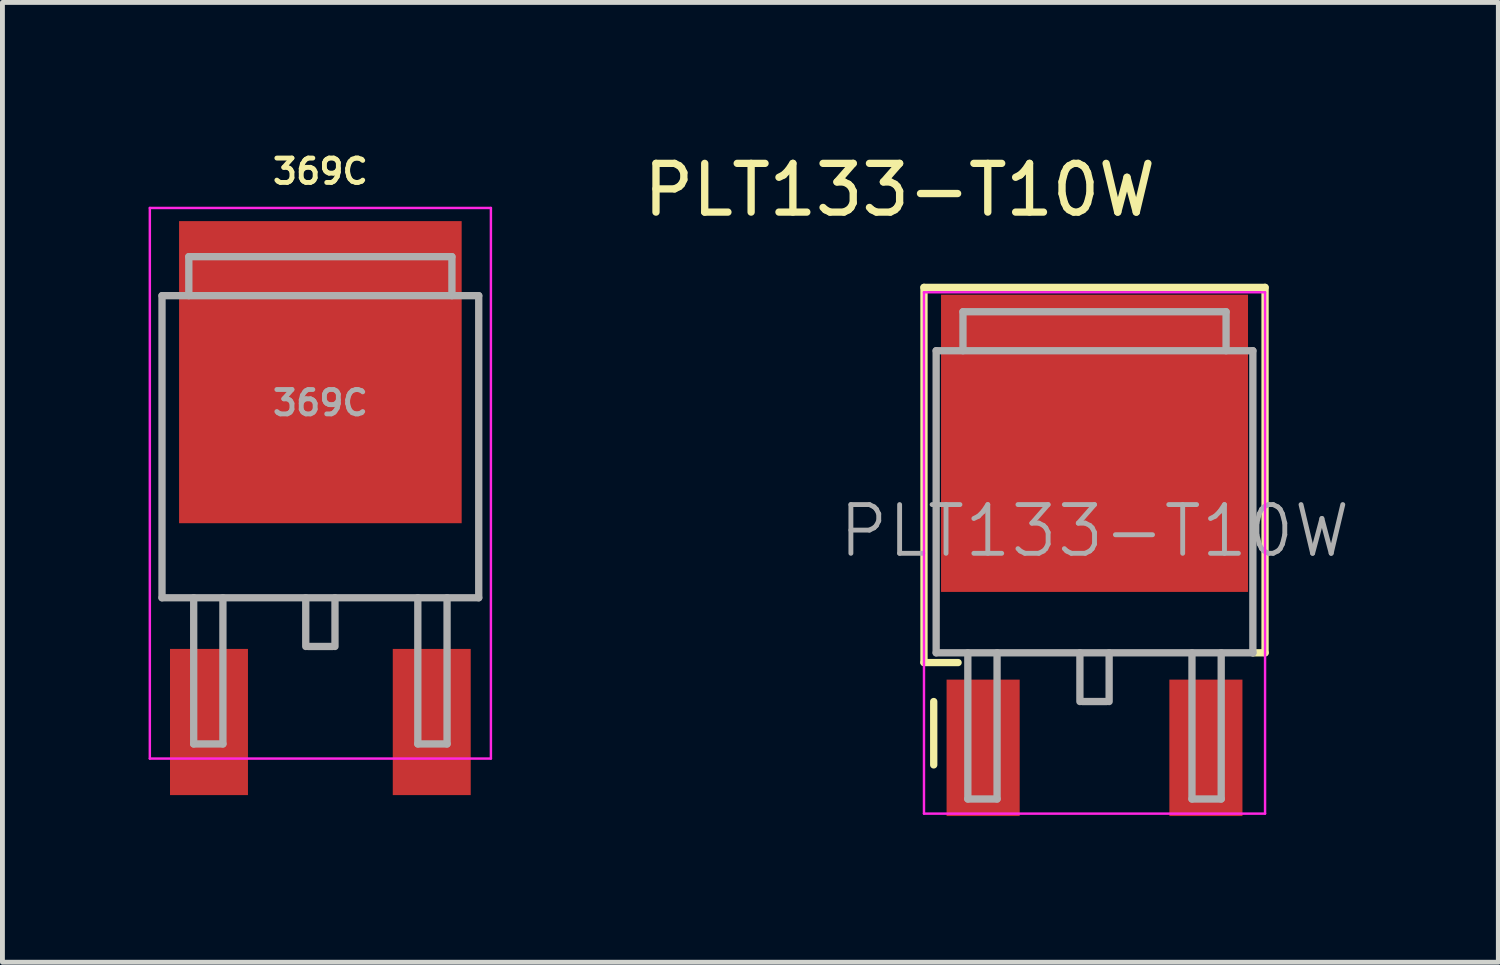
<source format=kicad_pcb>
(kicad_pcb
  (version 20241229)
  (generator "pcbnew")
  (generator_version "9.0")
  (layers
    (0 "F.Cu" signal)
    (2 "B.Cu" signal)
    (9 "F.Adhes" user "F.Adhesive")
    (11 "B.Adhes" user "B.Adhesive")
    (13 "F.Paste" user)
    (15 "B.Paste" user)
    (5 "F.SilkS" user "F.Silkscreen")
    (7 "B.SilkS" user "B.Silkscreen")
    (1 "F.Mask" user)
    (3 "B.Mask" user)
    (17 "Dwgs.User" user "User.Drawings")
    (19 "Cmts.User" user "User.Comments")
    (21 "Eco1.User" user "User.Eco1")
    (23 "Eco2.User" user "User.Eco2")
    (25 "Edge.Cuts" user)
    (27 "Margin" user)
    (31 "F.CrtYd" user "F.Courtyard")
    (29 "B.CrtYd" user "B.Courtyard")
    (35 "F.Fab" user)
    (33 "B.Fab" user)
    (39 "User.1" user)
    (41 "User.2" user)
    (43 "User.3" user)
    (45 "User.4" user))
  (footprint "369C"
    (layer "F.Cu")
    (at 3.525 7.218)
    (property "Reference" "369C" (at 0 -6.75 180) (layer "F.SilkS") (effects (font (size 0.5 0.5) (thickness 0.1))))
    (attr smd)
    (fp_line (start -3.5 -6) (end -3.5 5.3) (stroke (width 0.05) (type solid)) (layer "F.CrtYd"))
    (fp_line (start -3.5 -6) (end 3.5 -6) (stroke (width 0.05) (type solid)) (layer "F.CrtYd"))
    (fp_line (start -3.5 5.3) (end 3.5 5.3) (stroke (width 0.05) (type solid)) (layer "F.CrtYd"))
    (fp_line (start 3.5 -6) (end 3.5 5.3) (stroke (width 0.05) (type solid)) (layer "F.CrtYd"))
    (fp_line (start -3.25 -4.2) (end -3.25 2) (stroke (width 0.15) (type solid)) (layer "F.Fab"))
    (fp_line (start -3.25 2) (end 3.25 2) (stroke (width 0.15) (type solid)) (layer "F.Fab"))
    (fp_line (start -2.7 -5) (end -2.7 -4.2) (stroke (width 0.15) (type solid)) (layer "F.Fab"))
    (fp_line (start -2.7 -5) (end 2.7 -5) (stroke (width 0.15) (type solid)) (layer "F.Fab"))
    (fp_line (start -2.6 2) (end -2.6 5) (stroke (width 0.15) (type solid)) (layer "F.Fab"))
    (fp_line (start -2.6 5) (end -2 5) (stroke (width 0.15) (type solid)) (layer "F.Fab"))
    (fp_line (start -2 2) (end -2 5) (stroke (width 0.15) (type solid)) (layer "F.Fab"))
    (fp_line (start -0.3 2) (end -0.3 3) (stroke (width 0.15) (type solid)) (layer "F.Fab"))
    (fp_line (start -0.25 3) (end 0.25 3) (stroke (width 0.15) (type solid)) (layer "F.Fab"))
    (fp_line (start 0.3 3) (end 0.3 2) (stroke (width 0.15) (type solid)) (layer "F.Fab"))
    (fp_line (start 2 2) (end 2 5) (stroke (width 0.15) (type solid)) (layer "F.Fab"))
    (fp_line (start 2 5) (end 2.6 5) (stroke (width 0.15) (type solid)) (layer "F.Fab"))
    (fp_line (start 2.6 5) (end 2.6 2) (stroke (width 0.15) (type solid)) (layer "F.Fab"))
    (fp_line (start 2.7 -5) (end 2.7 -4.2) (stroke (width 0.15) (type solid)) (layer "F.Fab"))
    (fp_line (start 3.25 -4.2) (end -3.25 -4.2) (stroke (width 0.15) (type solid)) (layer "F.Fab"))
    (fp_line (start 3.25 2) (end 3.25 -4.2) (stroke (width 0.15) (type solid)) (layer "F.Fab"))
    (fp_text user "${REFERENCE}" (at 0 -2 0) (layer "F.Fab") (effects (font (size 0.5 0.5) (thickness 0.1))))
    (pad "1" smd rect (at -2.286 4.55) (size 1.6 3) (layers "F.Cu" "F.Mask" "F.Paste"))
    (pad "3" smd rect (at 2.286 4.55) (size 1.6 3) (layers "F.Cu" "F.Mask" "F.Paste"))
    (pad "4" smd rect (at 0 -2.63) (size 5.8 6.2) (layers "F.Cu" "F.Mask" "F.Paste")))
  (footprint "PLT133-T10W"
    (layer "F.Cu")
    (at 19.413 8.348)
    (property "Reference" "PLT133-T10W" (at -4 -7.5 180) (layer "F.SilkS") (effects (font (size 1 1) (thickness 0.15))))
    (attr smd)
    (fp_line (start -3.5 -5.5) (end -3.5 2.2) (stroke (width 0.15) (type solid)) (layer "F.SilkS"))
    (fp_line (start -3.5 -5.5) (end 3.5 -5.5) (stroke (width 0.15) (type solid)) (layer "F.SilkS"))
    (fp_line (start -3.5 2.2) (end -2.8 2.2) (stroke (width 0.15) (type solid)) (layer "F.SilkS"))
    (fp_line (start -3.3 3) (end -3.3 4.3) (stroke (width 0.15) (type solid)) (layer "F.SilkS"))
    (fp_line (start 3.5 -5.5) (end 3.5 2) (stroke (width 0.15) (type solid)) (layer "F.SilkS"))
    (fp_line (start 3.5 2) (end 3.25 2) (stroke (width 0.15) (type solid)) (layer "F.SilkS"))
    (fp_line (start -3.5 -5.4) (end -3.5 5.3) (stroke (width 0.05) (type solid)) (layer "F.CrtYd"))
    (fp_line (start -3.5 -5.4) (end 3.5 -5.4) (stroke (width 0.05) (type solid)) (layer "F.CrtYd"))
    (fp_line (start -3.5 5.3) (end 3.5 5.3) (stroke (width 0.05) (type solid)) (layer "F.CrtYd"))
    (fp_line (start 3.5 -5.4) (end 3.5 5.3) (stroke (width 0.05) (type solid)) (layer "F.CrtYd"))
    (fp_line (start -3.25 -4.2) (end -3.25 2) (stroke (width 0.15) (type solid)) (layer "F.Fab"))
    (fp_line (start -3.25 2) (end 3.25 2) (stroke (width 0.15) (type solid)) (layer "F.Fab"))
    (fp_line (start -2.7 -5) (end -2.7 -4.2) (stroke (width 0.15) (type solid)) (layer "F.Fab"))
    (fp_line (start -2.7 -5) (end 2.7 -5) (stroke (width 0.15) (type solid)) (layer "F.Fab"))
    (fp_line (start -2.6 2) (end -2.6 5) (stroke (width 0.15) (type solid)) (layer "F.Fab"))
    (fp_line (start -2.6 5) (end -2 5) (stroke (width 0.15) (type solid)) (layer "F.Fab"))
    (fp_line (start -2 2) (end -2 5) (stroke (width 0.15) (type solid)) (layer "F.Fab"))
    (fp_line (start -0.3 2) (end -0.3 3) (stroke (width 0.15) (type solid)) (layer "F.Fab"))
    (fp_line (start -0.25 3) (end 0.25 3) (stroke (width 0.15) (type solid)) (layer "F.Fab"))
    (fp_line (start 0.3 3) (end 0.3 2) (stroke (width 0.15) (type solid)) (layer "F.Fab"))
    (fp_line (start 2 2) (end 2 5) (stroke (width 0.15) (type solid)) (layer "F.Fab"))
    (fp_line (start 2 5) (end 2.6 5) (stroke (width 0.15) (type solid)) (layer "F.Fab"))
    (fp_line (start 2.6 5) (end 2.6 2) (stroke (width 0.15) (type solid)) (layer "F.Fab"))
    (fp_line (start 2.7 -5) (end 2.7 -4.2) (stroke (width 0.15) (type solid)) (layer "F.Fab"))
    (fp_line (start 3.25 -4.2) (end -3.25 -4.2) (stroke (width 0.15) (type solid)) (layer "F.Fab"))
    (fp_line (start 3.25 2) (end 3.25 -4.2) (stroke (width 0.15) (type solid)) (layer "F.Fab"))
    (fp_text user "${REFERENCE}" (at 0 -0.5 0) (layer "F.Fab") (effects (font (size 1 1) (thickness 0.1))))
    (pad "1" smd rect (at -2.286 3.95) (size 1.5 2.8) (layers "F.Cu" "F.Mask" "F.Paste"))
    (pad "2" smd rect (at 0 -2.3) (size 6.3 6.1) (layers "F.Cu" "F.Mask" "F.Paste"))
    (pad "3" smd rect (at 2.286 3.95) (size 1.5 2.8) (layers "F.Cu" "F.Mask" "F.Paste")))
  (gr_rect
    (start -3 -3)
    (end 27.701 16.698)
    (stroke (width 0.1) (type default))
    (fill no)
    (layer "Edge.Cuts")))
</source>
